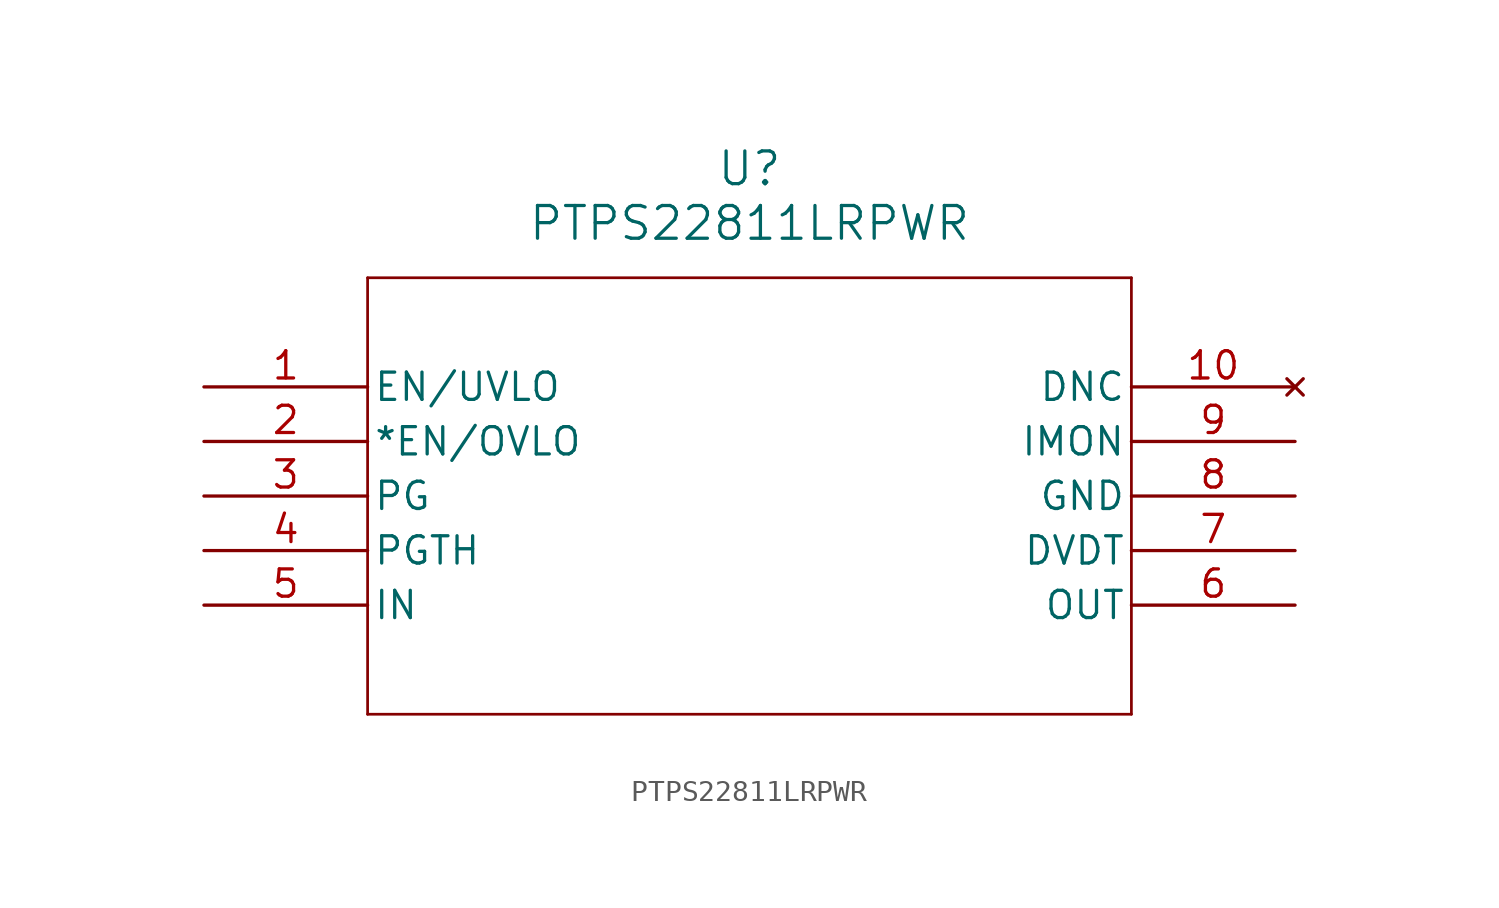
<source format=kicad_sym>
(kicad_symbol_lib
  (version 20211014)
  (generator kicad_symbol_editor)
  (symbol "PTPS22811LRPWR"
    (pin_names
      (offset 0.254))
    (property "Reference" "U"
      (at 25.4 10.16 0)
      (effects (font (size 1.524 1.524))))
    (property "Value" "PTPS22811LRPWR"
      (at 25.4 7.62 0)
      (effects (font (size 1.524 1.524))))
    (symbol "PTPS22811LRPWR_0_1"
      (polyline (pts (xy 7.62 5.08) (xy 7.62 -15.24)) (stroke (width 0.127) (type default) (color 0 0 0 0)) (fill (type none)))
      (polyline (pts (xy 7.62 -15.24) (xy 43.18 -15.24)) (stroke (width 0.127) (type default) (color 0 0 0 0)) (fill (type none)))
      (polyline (pts (xy 43.18 -15.24) (xy 43.18 5.08)) (stroke (width 0.127) (type default) (color 0 0 0 0)) (fill (type none)))
      (polyline (pts (xy 43.18 5.08) (xy 7.62 5.08)) (stroke (width 0.127) (type default) (color 0 0 0 0)) (fill (type none)))
      (pin input line (at 0 0 0) (length 7.62) (name "EN/UVLO" (effects (font (size 1.27 1.27)))) (number "1" (effects (font (size 1.27 1.27)))))
      (pin input line (at 0 -2.54 0) (length 7.62) (name "*EN/OVLO" (effects (font (size 1.27 1.27)))) (number "2" (effects (font (size 1.27 1.27)))))
      (pin output line (at 0 -5.08 0) (length 7.62) (name "PG" (effects (font (size 1.27 1.27)))) (number "3" (effects (font (size 1.27 1.27)))))
      (pin input line (at 0 -7.62 0) (length 7.62) (name "PGTH" (effects (font (size 1.27 1.27)))) (number "4" (effects (font (size 1.27 1.27)))))
      (pin power_in line (at 0 -10.16 0) (length 7.62) (name "IN" (effects (font (size 1.27 1.27)))) (number "5" (effects (font (size 1.27 1.27)))))
      (pin power_in line (at 50.8 -10.16 180) (length 7.62) (name "OUT" (effects (font (size 1.27 1.27)))) (number "6" (effects (font (size 1.27 1.27)))))
      (pin output line (at 50.8 -7.62 180) (length 7.62) (name "DVDT" (effects (font (size 1.27 1.27)))) (number "7" (effects (font (size 1.27 1.27)))))
      (pin power_out line (at 50.8 -5.08 180) (length 7.62) (name "GND" (effects (font (size 1.27 1.27)))) (number "8" (effects (font (size 1.27 1.27)))))
      (pin output line (at 50.8 -2.54 180) (length 7.62) (name "IMON" (effects (font (size 1.27 1.27)))) (number "9" (effects (font (size 1.27 1.27)))))
      (pin no_connect line (at 50.8 0 180) (length 7.62) (name "DNC" (effects (font (size 1.27 1.27)))) (number "10" (effects (font (size 1.27 1.27))))))))
</source>
